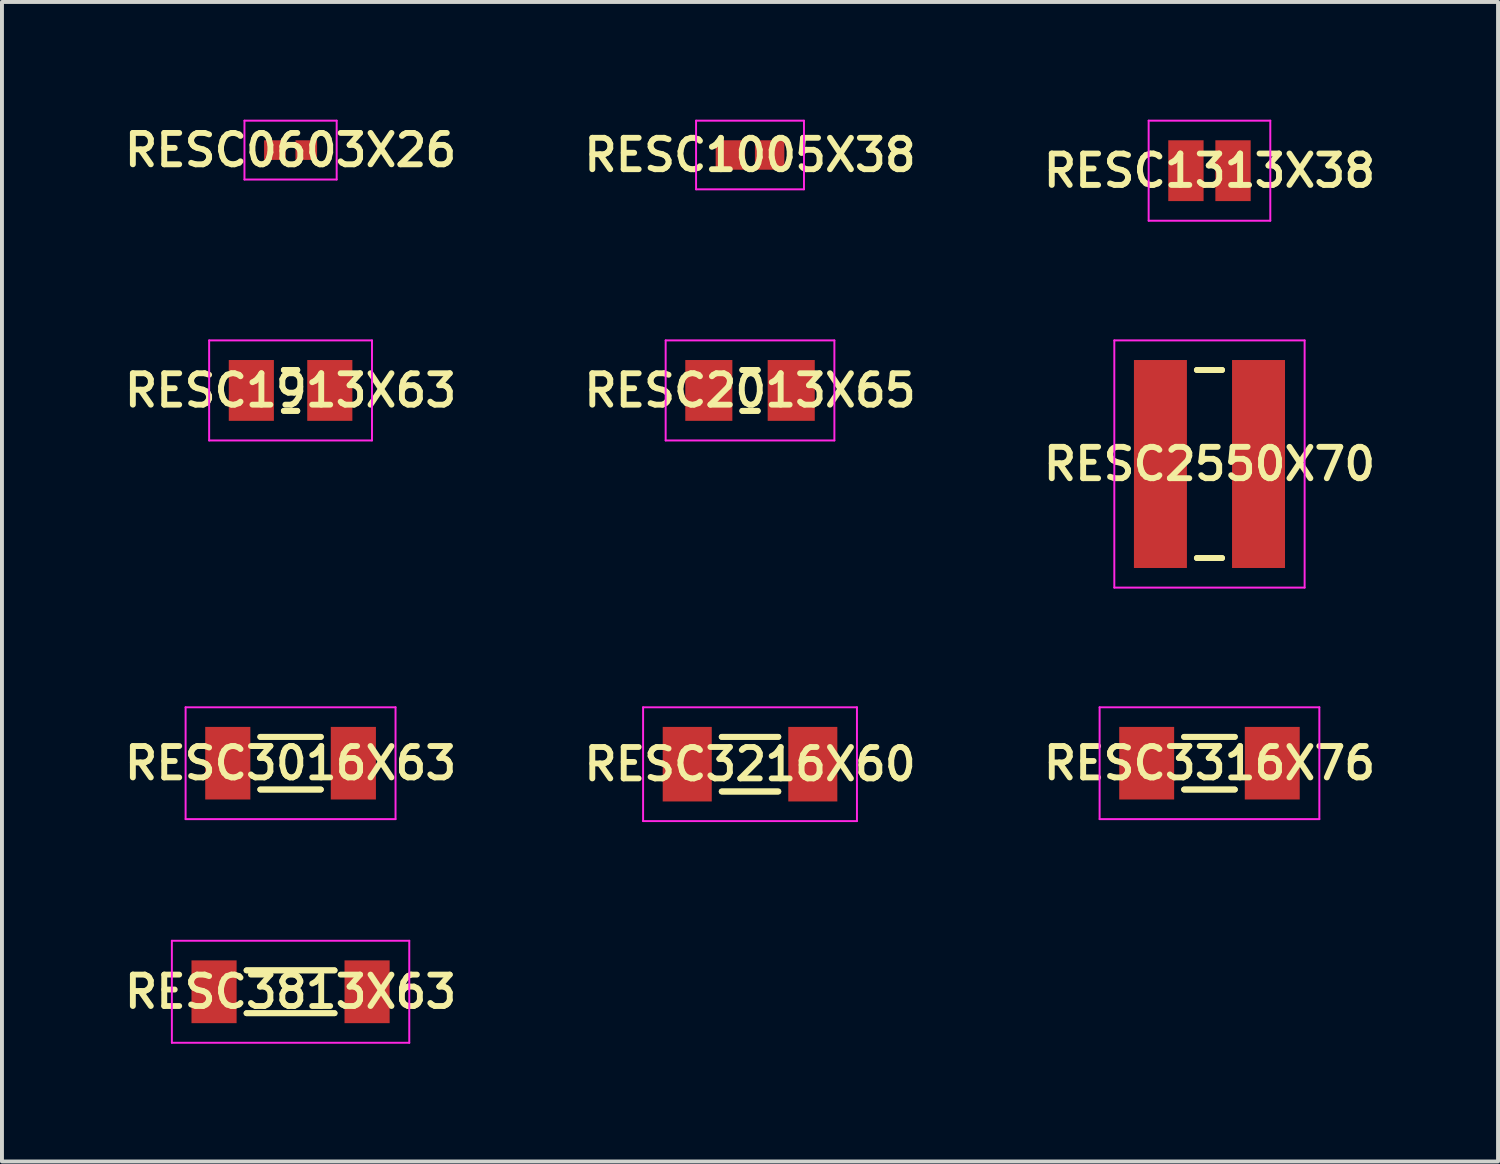
<source format=kicad_pcb>
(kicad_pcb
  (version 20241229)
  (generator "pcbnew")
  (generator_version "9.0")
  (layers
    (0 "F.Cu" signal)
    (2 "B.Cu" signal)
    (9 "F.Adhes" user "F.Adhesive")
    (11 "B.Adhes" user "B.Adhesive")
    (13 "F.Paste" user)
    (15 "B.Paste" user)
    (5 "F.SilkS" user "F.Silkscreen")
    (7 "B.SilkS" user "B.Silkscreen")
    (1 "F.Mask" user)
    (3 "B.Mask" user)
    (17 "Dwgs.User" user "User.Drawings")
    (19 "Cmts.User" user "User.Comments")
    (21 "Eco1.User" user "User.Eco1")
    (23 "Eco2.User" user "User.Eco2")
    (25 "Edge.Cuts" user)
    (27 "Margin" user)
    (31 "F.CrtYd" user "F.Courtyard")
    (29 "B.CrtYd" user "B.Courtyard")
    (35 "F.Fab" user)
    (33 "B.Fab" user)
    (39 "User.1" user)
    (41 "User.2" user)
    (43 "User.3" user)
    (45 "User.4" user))
  (footprint "RESC3216X60"
    (layer "F.Cu")
    (at 16.064 16.425)
    (property "Reference" "RESC3216X60" (at 0 0 0) (layer "F.SilkS") (effects (font (size 0.8 0.8) (thickness 0.15))))
    (attr smd)
    (fp_line (start -0.721 -0.696) (end 0.721 -0.696) (stroke (width 0.15) (type solid)) (layer "F.SilkS"))
    (fp_line (start -0.721 0.696) (end 0.721 0.696) (stroke (width 0.15) (type solid)) (layer "F.SilkS"))
    (fp_line (start 0.721 -0.696) (end -0.721 -0.696) (stroke (width 0.15) (type solid)) (layer "F.SilkS"))
    (fp_line (start 0.721 0.696) (end -0.721 0.696) (stroke (width 0.15) (type solid)) (layer "F.SilkS"))
    (fp_line (start -2.725 -1.45) (end 2.725 -1.45) (stroke (width 0.05) (type solid)) (layer "F.CrtYd"))
    (fp_line (start -2.725 1.45) (end -2.725 -1.45) (stroke (width 0.05) (type solid)) (layer "F.CrtYd"))
    (fp_line (start 2.725 -1.45) (end 2.725 1.45) (stroke (width 0.05) (type solid)) (layer "F.CrtYd"))
    (fp_line (start 2.725 1.45) (end -2.725 1.45) (stroke (width 0.05) (type solid)) (layer "F.CrtYd"))
    (pad "1" smd rect (at -1.6 0) (size 1.25 1.9) (layers "F.Cu" "F.Mask" "F.Paste"))
    (pad "2" smd rect (at 1.6 0) (size 1.25 1.9) (layers "F.Cu" "F.Mask" "F.Paste")))
  (footprint "RESC2550X70"
    (layer "F.Cu")
    (at 27.773 8.775)
    (property "Reference" "RESC2550X70" (at 0 0 0) (layer "F.SilkS") (effects (font (size 0.8 0.8) (thickness 0.15))))
    (attr smd)
    (fp_line (start -0.321 -2.396) (end 0.321 -2.396) (stroke (width 0.15) (type solid)) (layer "F.SilkS"))
    (fp_line (start -0.321 2.396) (end 0.321 2.396) (stroke (width 0.15) (type solid)) (layer "F.SilkS"))
    (fp_line (start 0.321 -2.396) (end -0.321 -2.396) (stroke (width 0.15) (type solid)) (layer "F.SilkS"))
    (fp_line (start 0.321 2.396) (end -0.321 2.396) (stroke (width 0.15) (type solid)) (layer "F.SilkS"))
    (fp_line (start -2.425 -3.15) (end 2.425 -3.15) (stroke (width 0.05) (type solid)) (layer "F.CrtYd"))
    (fp_line (start -2.425 3.15) (end -2.425 -3.15) (stroke (width 0.05) (type solid)) (layer "F.CrtYd"))
    (fp_line (start 2.425 -3.15) (end 2.425 3.15) (stroke (width 0.05) (type solid)) (layer "F.CrtYd"))
    (fp_line (start 2.425 3.15) (end -2.425 3.15) (stroke (width 0.05) (type solid)) (layer "F.CrtYd"))
    (pad "1" smd rect (at -1.25 0) (size 1.35 5.3) (layers "F.Cu" "F.Mask" "F.Paste"))
    (pad "2" smd rect (at 1.25 0) (size 1.35 5.3) (layers "F.Cu" "F.Mask" "F.Paste")))
  (footprint "RESC1005X38"
    (layer "F.Cu")
    (at 16.064 0.9)
    (property "Reference" "RESC1005X38" (at 0 0 0) (layer "F.SilkS") (effects (font (size 0.8 0.8) (thickness 0.15))))
    (attr smd)
    (fp_line (start -1.375 -0.875) (end 1.375 -0.875) (stroke (width 0.05) (type solid)) (layer "F.CrtYd"))
    (fp_line (start -1.375 0.875) (end -1.375 -0.875) (stroke (width 0.05) (type solid)) (layer "F.CrtYd"))
    (fp_line (start 1.375 -0.875) (end 1.375 0.875) (stroke (width 0.05) (type solid)) (layer "F.CrtYd"))
    (fp_line (start 1.375 0.875) (end -1.375 0.875) (stroke (width 0.05) (type solid)) (layer "F.CrtYd"))
    (pad "1" smd rect (at -0.5 0) (size 0.75 0.75) (layers "F.Cu" "F.Mask" "F.Paste"))
    (pad "2" smd rect (at 0.5 0) (size 0.75 0.75) (layers "F.Cu" "F.Mask" "F.Paste")))
  (footprint "RESC0603X26"
    (layer "F.Cu")
    (at 4.355 0.775)
    (property "Reference" "RESC0603X26" (at 0 0 0) (layer "F.SilkS") (effects (font (size 0.8 0.8) (thickness 0.15))))
    (attr smd)
    (fp_line (start -1.175 -0.75) (end 1.175 -0.75) (stroke (width 0.05) (type solid)) (layer "F.CrtYd"))
    (fp_line (start -1.175 0.75) (end -1.175 -0.75) (stroke (width 0.05) (type solid)) (layer "F.CrtYd"))
    (fp_line (start 1.175 -0.75) (end 1.175 0.75) (stroke (width 0.05) (type solid)) (layer "F.CrtYd"))
    (fp_line (start 1.175 0.75) (end -1.175 0.75) (stroke (width 0.05) (type solid)) (layer "F.CrtYd"))
    (pad "1" smd rect (at -0.4 0) (size 0.55 0.5) (layers "F.Cu" "F.Mask" "F.Paste"))
    (pad "2" smd rect (at 0.4 0) (size 0.55 0.5) (layers "F.Cu" "F.Mask" "F.Paste")))
  (footprint "RESC1313X38"
    (layer "F.Cu")
    (at 27.773 1.3)
    (property "Reference" "RESC1313X38" (at 0 0 0) (layer "F.SilkS") (effects (font (size 0.8 0.8) (thickness 0.15))))
    (attr smd)
    (fp_line (start -1.55 -1.275) (end 1.55 -1.275) (stroke (width 0.05) (type solid)) (layer "F.CrtYd"))
    (fp_line (start -1.55 1.275) (end -1.55 -1.275) (stroke (width 0.05) (type solid)) (layer "F.CrtYd"))
    (fp_line (start 1.55 -1.275) (end 1.55 1.275) (stroke (width 0.05) (type solid)) (layer "F.CrtYd"))
    (fp_line (start 1.55 1.275) (end -1.55 1.275) (stroke (width 0.05) (type solid)) (layer "F.CrtYd"))
    (pad "1" smd rect (at -0.6 0) (size 0.9 1.55) (layers "F.Cu" "F.Mask" "F.Paste"))
    (pad "2" smd rect (at 0.6 0) (size 0.9 1.55) (layers "F.Cu" "F.Mask" "F.Paste")))
  (footprint "RESC2013X65"
    (layer "F.Cu")
    (at 16.064 6.9)
    (property "Reference" "RESC2013X65" (at 0 0 0) (layer "F.SilkS") (effects (font (size 0.8 0.8) (thickness 0.15))))
    (attr smd)
    (fp_line (start -0.196 -0.521) (end 0.196 -0.521) (stroke (width 0.15) (type solid)) (layer "F.SilkS"))
    (fp_line (start -0.196 0.521) (end 0.196 0.521) (stroke (width 0.15) (type solid)) (layer "F.SilkS"))
    (fp_line (start 0.196 -0.521) (end -0.196 -0.521) (stroke (width 0.15) (type solid)) (layer "F.SilkS"))
    (fp_line (start 0.196 0.521) (end -0.196 0.521) (stroke (width 0.15) (type solid)) (layer "F.SilkS"))
    (fp_line (start -2.15 -1.275) (end 2.15 -1.275) (stroke (width 0.05) (type solid)) (layer "F.CrtYd"))
    (fp_line (start -2.15 1.275) (end -2.15 -1.275) (stroke (width 0.05) (type solid)) (layer "F.CrtYd"))
    (fp_line (start 2.15 -1.275) (end 2.15 1.275) (stroke (width 0.05) (type solid)) (layer "F.CrtYd"))
    (fp_line (start 2.15 1.275) (end -2.15 1.275) (stroke (width 0.05) (type solid)) (layer "F.CrtYd"))
    (pad "1" smd rect (at -1.05 0) (size 1.2 1.55) (layers "F.Cu" "F.Mask" "F.Paste"))
    (pad "2" smd rect (at 1.05 0) (size 1.2 1.55) (layers "F.Cu" "F.Mask" "F.Paste")))
  (footprint "RESC1913X63"
    (layer "F.Cu")
    (at 4.355 6.9)
    (property "Reference" "RESC1913X63" (at 0 0 0) (layer "F.SilkS") (effects (font (size 0.8 0.8) (thickness 0.15))))
    (attr smd)
    (fp_line (start -0.171 -0.521) (end 0.171 -0.521) (stroke (width 0.15) (type solid)) (layer "F.SilkS"))
    (fp_line (start -0.171 0.521) (end 0.171 0.521) (stroke (width 0.15) (type solid)) (layer "F.SilkS"))
    (fp_line (start 0.171 -0.521) (end -0.171 -0.521) (stroke (width 0.15) (type solid)) (layer "F.SilkS"))
    (fp_line (start 0.171 0.521) (end -0.171 0.521) (stroke (width 0.15) (type solid)) (layer "F.SilkS"))
    (fp_line (start -2.075 -1.275) (end 2.075 -1.275) (stroke (width 0.05) (type solid)) (layer "F.CrtYd"))
    (fp_line (start -2.075 1.275) (end -2.075 -1.275) (stroke (width 0.05) (type solid)) (layer "F.CrtYd"))
    (fp_line (start 2.075 -1.275) (end 2.075 1.275) (stroke (width 0.05) (type solid)) (layer "F.CrtYd"))
    (fp_line (start 2.075 1.275) (end -2.075 1.275) (stroke (width 0.05) (type solid)) (layer "F.CrtYd"))
    (pad "1" smd rect (at -1 0) (size 1.15 1.55) (layers "F.Cu" "F.Mask" "F.Paste"))
    (pad "2" smd rect (at 1 0) (size 1.15 1.55) (layers "F.Cu" "F.Mask" "F.Paste")))
  (footprint "RESC3316X76"
    (layer "F.Cu")
    (at 27.773 16.4)
    (property "Reference" "RESC3316X76" (at 0 0 0) (layer "F.SilkS") (effects (font (size 0.8 0.8) (thickness 0.15))))
    (attr smd)
    (fp_line (start -0.646 -0.671) (end 0.646 -0.671) (stroke (width 0.15) (type solid)) (layer "F.SilkS"))
    (fp_line (start -0.646 0.671) (end 0.646 0.671) (stroke (width 0.15) (type solid)) (layer "F.SilkS"))
    (fp_line (start 0.646 -0.671) (end -0.646 -0.671) (stroke (width 0.15) (type solid)) (layer "F.SilkS"))
    (fp_line (start 0.646 0.671) (end -0.646 0.671) (stroke (width 0.15) (type solid)) (layer "F.SilkS"))
    (fp_line (start -2.8 -1.425) (end 2.8 -1.425) (stroke (width 0.05) (type solid)) (layer "F.CrtYd"))
    (fp_line (start -2.8 1.425) (end -2.8 -1.425) (stroke (width 0.05) (type solid)) (layer "F.CrtYd"))
    (fp_line (start 2.8 -1.425) (end 2.8 1.425) (stroke (width 0.05) (type solid)) (layer "F.CrtYd"))
    (fp_line (start 2.8 1.425) (end -2.8 1.425) (stroke (width 0.05) (type solid)) (layer "F.CrtYd"))
    (pad "1" smd rect (at -1.6 0) (size 1.4 1.85) (layers "F.Cu" "F.Mask" "F.Paste"))
    (pad "2" smd rect (at 1.6 0) (size 1.4 1.85) (layers "F.Cu" "F.Mask" "F.Paste")))
  (footprint "RESC3016X63"
    (layer "F.Cu")
    (at 4.355 16.4)
    (property "Reference" "RESC3016X63" (at 0 0 0) (layer "F.SilkS") (effects (font (size 0.8 0.8) (thickness 0.15))))
    (attr smd)
    (fp_line (start -0.771 -0.671) (end 0.771 -0.671) (stroke (width 0.15) (type solid)) (layer "F.SilkS"))
    (fp_line (start -0.771 0.671) (end 0.771 0.671) (stroke (width 0.15) (type solid)) (layer "F.SilkS"))
    (fp_line (start 0.771 -0.671) (end -0.771 -0.671) (stroke (width 0.15) (type solid)) (layer "F.SilkS"))
    (fp_line (start 0.771 0.671) (end -0.771 0.671) (stroke (width 0.15) (type solid)) (layer "F.SilkS"))
    (fp_line (start -2.675 -1.425) (end 2.675 -1.425) (stroke (width 0.05) (type solid)) (layer "F.CrtYd"))
    (fp_line (start -2.675 1.425) (end -2.675 -1.425) (stroke (width 0.05) (type solid)) (layer "F.CrtYd"))
    (fp_line (start 2.675 -1.425) (end 2.675 1.425) (stroke (width 0.05) (type solid)) (layer "F.CrtYd"))
    (fp_line (start 2.675 1.425) (end -2.675 1.425) (stroke (width 0.05) (type solid)) (layer "F.CrtYd"))
    (pad "1" smd rect (at -1.6 0) (size 1.15 1.85) (layers "F.Cu" "F.Mask" "F.Paste"))
    (pad "2" smd rect (at 1.6 0) (size 1.15 1.85) (layers "F.Cu" "F.Mask" "F.Paste")))
  (footprint "RESC3813X63"
    (layer "F.Cu")
    (at 4.355 22.225)
    (property "Reference" "RESC3813X63" (at 0 0 0) (layer "F.SilkS") (effects (font (size 0.8 0.8) (thickness 0.15))))
    (attr smd)
    (fp_line (start -1.121 -0.546) (end 1.121 -0.546) (stroke (width 0.15) (type solid)) (layer "F.SilkS"))
    (fp_line (start -1.121 0.546) (end 1.121 0.546) (stroke (width 0.15) (type solid)) (layer "F.SilkS"))
    (fp_line (start 1.121 -0.546) (end -1.121 -0.546) (stroke (width 0.15) (type solid)) (layer "F.SilkS"))
    (fp_line (start 1.121 0.546) (end -1.121 0.546) (stroke (width 0.15) (type solid)) (layer "F.SilkS"))
    (fp_line (start -3.025 -1.3) (end 3.025 -1.3) (stroke (width 0.05) (type solid)) (layer "F.CrtYd"))
    (fp_line (start -3.025 1.3) (end -3.025 -1.3) (stroke (width 0.05) (type solid)) (layer "F.CrtYd"))
    (fp_line (start 3.025 -1.3) (end 3.025 1.3) (stroke (width 0.05) (type solid)) (layer "F.CrtYd"))
    (fp_line (start 3.025 1.3) (end -3.025 1.3) (stroke (width 0.05) (type solid)) (layer "F.CrtYd"))
    (pad "1" smd rect (at -1.95 0) (size 1.15 1.6) (layers "F.Cu" "F.Mask" "F.Paste"))
    (pad "2" smd rect (at 1.95 0) (size 1.15 1.6) (layers "F.Cu" "F.Mask" "F.Paste")))
  (gr_rect
    (start -3 -3)
    (end 35.127 26.55)
    (stroke (width 0.1) (type default))
    (fill no)
    (layer "Edge.Cuts")))
</source>
